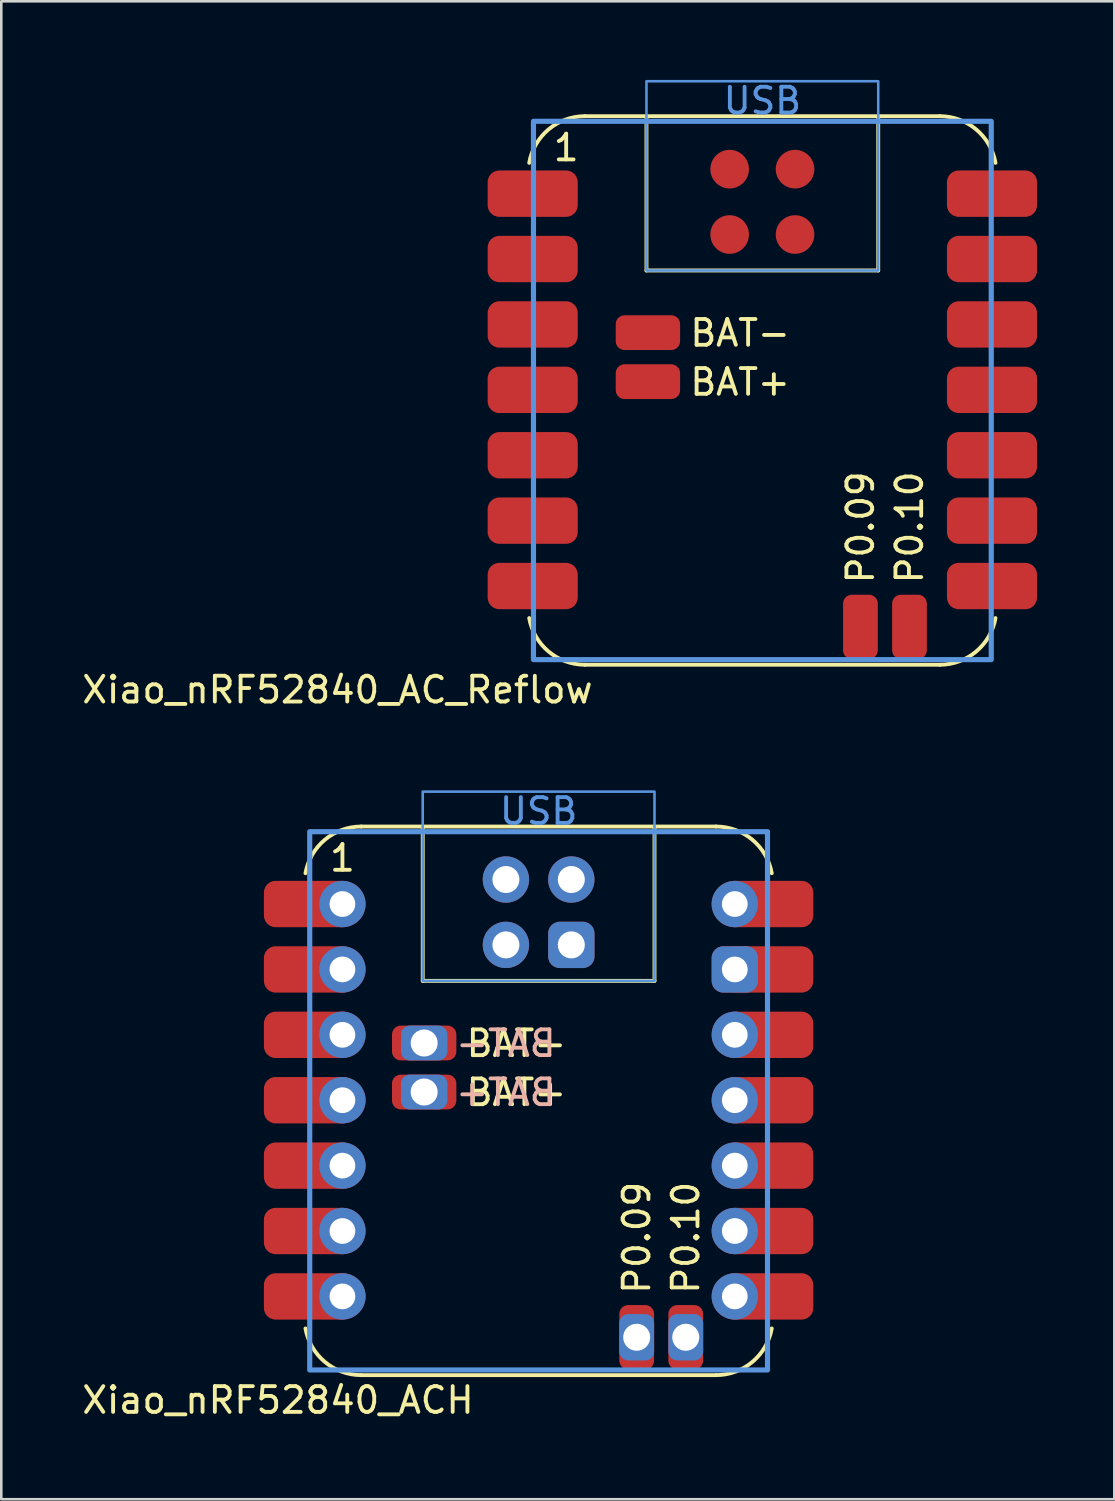
<source format=kicad_pcb>
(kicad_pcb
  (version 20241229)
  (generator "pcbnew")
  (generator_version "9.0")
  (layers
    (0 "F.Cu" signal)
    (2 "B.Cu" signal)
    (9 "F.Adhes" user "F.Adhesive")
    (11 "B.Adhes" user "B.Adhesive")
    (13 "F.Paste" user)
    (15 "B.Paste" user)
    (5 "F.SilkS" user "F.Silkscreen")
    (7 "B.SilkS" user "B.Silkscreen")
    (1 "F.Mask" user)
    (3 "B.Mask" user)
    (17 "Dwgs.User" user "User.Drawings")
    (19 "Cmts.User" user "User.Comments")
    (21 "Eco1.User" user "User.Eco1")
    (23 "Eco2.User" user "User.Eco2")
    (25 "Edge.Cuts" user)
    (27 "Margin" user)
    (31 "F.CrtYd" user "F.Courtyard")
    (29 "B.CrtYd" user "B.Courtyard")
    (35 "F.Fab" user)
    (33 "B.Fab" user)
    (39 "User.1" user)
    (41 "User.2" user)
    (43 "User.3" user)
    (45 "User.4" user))
  (footprint "Xiao_nRF52840_AC_Reflow"
    (layer "F.Cu")
    (at 26.56 18.442)
    (property "Reference" "Xiao_nRF52840_AC_Reflow" (at -6.5 5.3 0) (layer "F.SilkS") (effects (font (size 1 1) (thickness 0.15)) (justify right)))
    (attr smd exclude_from_pos_files exclude_from_bom)
    (fp_line (start -6.89 -16.98) (end 6.89 -16.98) (stroke (width 0.15) (type default)) (layer "F.SilkS"))
    (fp_line (start -4.501 -10.986) (end -4.501 -16.98) (stroke (width 0.15) (type default)) (layer "F.SilkS"))
    (fp_line (start 4.501 -10.986) (end -4.501 -10.986) (stroke (width 0.15) (type default)) (layer "F.SilkS"))
    (fp_line (start 4.501 -10.986) (end 4.501 -16.98) (stroke (width 0.15) (type default)) (layer "F.SilkS"))
    (fp_line (start 6.89 4.327) (end -6.89 4.327) (stroke (width 0.15) (type default)) (layer "F.SilkS"))
    (fp_arc (start -9.055742 -15.166738) (mid -8.302299 -16.466834) (end -6.890001 -16.98) (stroke (width 0.15) (type default)) (layer "F.SilkS"))
    (fp_arc (start -6.89 4.3275) (mid -8.302299 3.814335) (end -9.055742 2.514239) (stroke (width 0.15) (type default)) (layer "F.SilkS"))
    (fp_arc (start 6.889999 -16.98) (mid 8.302297 -16.466834) (end 9.05574 -15.166738) (stroke (width 0.15) (type default)) (layer "F.SilkS"))
    (fp_arc (start 9.05574 2.514238) (mid 8.302297 3.814334) (end 6.889999 4.3275) (stroke (width 0.15) (type default)) (layer "F.SilkS"))
    (fp_rect (start -8.89 -16.78) (end 8.89 4.128) (stroke (width 0.2) (type solid)) (fill no) (layer "Cmts.User"))
    (fp_rect (start -4.501 -18.336) (end 4.501 -10.986) (stroke (width 0.1) (type default)) (fill no) (layer "Cmts.User"))
    (fp_text user "P0.10" (at 5.715 1.258 90) (unlocked yes) (layer "F.SilkS") (effects (font (size 1 1) (thickness 0.15)) (justify left)))
    (fp_text user "P0.09" (at 3.81 1.258 90) (unlocked yes) (layer "F.SilkS") (effects (font (size 1 1) (thickness 0.15)) (justify left)))
    (fp_text user "BAT-" (at -2.89 -7.971 0) (unlocked yes) (layer "F.SilkS") (effects (font (size 1 1) (thickness 0.15)) (justify left bottom)))
    (fp_text user "1" (at -7.62 -15.17 0) (layer "F.SilkS") (effects (font (size 1 1) (thickness 0.15)) (justify bottom)))
    (fp_text user "BAT+" (at -2.89 -6.066 0) (unlocked yes) (layer "F.SilkS") (effects (font (size 1 1) (thickness 0.15)) (justify left bottom)))
    (fp_text user "USB" (at -0.000001 -16.992 0) (layer "Cmts.User") (effects (font (size 1 1) (thickness 0.15)) (justify bottom)))
    (pad "1" smd roundrect (at -8.92 -13.97) (size 3.5 1.8) (layers "F.Cu" "F.Mask" "F.Paste") (roundrect_rratio 0.25))
    (pad "2" smd roundrect (at -8.92 -11.43) (size 3.5 1.8) (layers "F.Cu" "F.Mask" "F.Paste") (roundrect_rratio 0.25))
    (pad "3" smd roundrect (at -8.92 -8.89) (size 3.5 1.8) (layers "F.Cu" "F.Mask" "F.Paste") (roundrect_rratio 0.25))
    (pad "4" smd roundrect (at -8.92 -6.35) (size 3.5 1.8) (layers "F.Cu" "F.Mask" "F.Paste") (roundrect_rratio 0.25))
    (pad "5" smd roundrect (at -8.92 -3.81) (size 3.5 1.8) (layers "F.Cu" "F.Mask" "F.Paste") (roundrect_rratio 0.25))
    (pad "6" smd roundrect (at -8.92 -1.27) (size 3.5 1.8) (layers "F.Cu" "F.Mask" "F.Paste") (roundrect_rratio 0.25))
    (pad "7" smd roundrect (at -8.92 1.27) (size 3.5 1.8) (layers "F.Cu" "F.Mask" "F.Paste") (roundrect_rratio 0.25))
    (pad "8" smd roundrect (at 8.92 -13.97 180) (size 3.5 1.8) (layers "F.Cu" "F.Mask" "F.Paste") (roundrect_rratio 0.25))
    (pad "9" smd roundrect (at 8.92 -11.43 180) (size 3.5 1.8) (layers "F.Cu" "F.Mask" "F.Paste") (roundrect_rratio 0.25))
    (pad "10" smd roundrect (at 8.92 -8.89 180) (size 3.5 1.8) (layers "F.Cu" "F.Mask" "F.Paste") (roundrect_rratio 0.25))
    (pad "11" smd roundrect (at 8.92 -6.35 180) (size 3.5 1.8) (layers "F.Cu" "F.Mask" "F.Paste") (roundrect_rratio 0.25))
    (pad "12" smd roundrect (at 8.92 -3.81 180) (size 3.5 1.8) (layers "F.Cu" "F.Mask" "F.Paste") (roundrect_rratio 0.25))
    (pad "13" smd roundrect (at 8.92 -1.27) (size 3.5 1.8) (layers "F.Cu" "F.Mask" "F.Paste") (roundrect_rratio 0.25))
    (pad "14" smd roundrect (at 8.92 1.27) (size 3.5 1.8) (layers "F.Cu" "F.Mask" "F.Paste") (roundrect_rratio 0.25))
    (pad "15" smd roundrect (at -4.445 -8.572) (size 2.5 1.35) (layers "F.Cu" "F.Mask" "F.Paste") (roundrect_rratio 0.25))
    (pad "16" smd roundrect (at -4.445 -6.668) (size 2.5 1.35) (layers "F.Cu" "F.Mask" "F.Paste") (roundrect_rratio 0.25))
    (pad "17" smd roundrect (at 3.81 2.857 90) (size 2.5 1.35) (layers "F.Cu" "F.Mask" "F.Paste") (roundrect_rratio 0.25))
    (pad "18" smd roundrect (at 5.715 2.857 90) (size 2.5 1.35) (layers "F.Cu" "F.Mask" "F.Paste") (roundrect_rratio 0.25))
    (pad "19" smd circle (at -1.27 -14.922 180) (size 1.5 1.5) (layers "F.Cu" "F.Mask" "F.Paste"))
    (pad "20" smd circle (at 1.27 -14.922 180) (size 1.5 1.5) (layers "F.Cu" "F.Mask" "F.Paste"))
    (pad "21" smd circle (at -1.27 -12.383 180) (size 1.5 1.5) (layers "F.Cu" "F.Mask" "F.Paste"))
    (pad "22" smd circle (at 1.27 -12.383 180) (size 1.5 1.5) (layers "F.Cu" "F.Mask" "F.Paste")))
  (footprint "Xiao_nRF52840_ACH"
    (layer "F.Cu")
    (at 17.87 46.033)
    (property "Reference" "Xiao_nRF52840_ACH" (at -2.429 5.3 0) (layer "F.SilkS") (effects (font (size 1 1) (thickness 0.15)) (justify right)))
    (attr through_hole exclude_from_pos_files exclude_from_bom)
    (fp_line (start -6.89 -16.98) (end 6.89 -16.98) (stroke (width 0.15) (type default)) (layer "F.SilkS"))
    (fp_line (start -4.501 -10.986) (end -4.501 -16.98) (stroke (width 0.15) (type default)) (layer "F.SilkS"))
    (fp_line (start 4.501 -10.986) (end -4.501 -10.986) (stroke (width 0.15) (type default)) (layer "F.SilkS"))
    (fp_line (start 4.501 -10.986) (end 4.501 -16.98) (stroke (width 0.15) (type default)) (layer "F.SilkS"))
    (fp_line (start 6.89 4.327) (end -6.89 4.327) (stroke (width 0.15) (type default)) (layer "F.SilkS"))
    (fp_arc (start -9.055742 -15.166738) (mid -8.302299 -16.466834) (end -6.890001 -16.98) (stroke (width 0.15) (type default)) (layer "F.SilkS"))
    (fp_arc (start -6.89 4.3275) (mid -8.302299 3.814335) (end -9.055742 2.514239) (stroke (width 0.15) (type default)) (layer "F.SilkS"))
    (fp_arc (start 6.889999 -16.98) (mid 8.302297 -16.466834) (end 9.05574 -15.166738) (stroke (width 0.15) (type default)) (layer "F.SilkS"))
    (fp_arc (start 9.05574 2.514238) (mid 8.302297 3.814334) (end 6.889999 4.3275) (stroke (width 0.15) (type default)) (layer "F.SilkS"))
    (fp_rect (start -8.89 -16.78) (end 8.89 4.128) (stroke (width 0.2) (type solid)) (fill no) (layer "Cmts.User"))
    (fp_rect (start -4.501 -18.336) (end 4.501 -10.986) (stroke (width 0.1) (type default)) (fill no) (layer "Cmts.User"))
    (fp_text user "1" (at -7.62 -15.17 0) (layer "F.SilkS") (effects (font (size 1 1) (thickness 0.15)) (justify bottom)))
    (fp_text user "BAT+" (at -2.89 -6.066 0) (unlocked yes) (layer "F.SilkS") (effects (font (size 1 1) (thickness 0.15)) (justify left bottom)))
    (fp_text user "P0.09" (at 3.81 1.258 90) (unlocked yes) (layer "F.SilkS") (effects (font (size 1 1) (thickness 0.15)) (justify left)))
    (fp_text user "BAT-" (at -2.89 -7.971 0) (unlocked yes) (layer "F.SilkS") (effects (font (size 1 1) (thickness 0.15)) (justify left bottom)))
    (fp_text user "P0.10" (at 5.715 1.258 90) (unlocked yes) (layer "F.SilkS") (effects (font (size 1 1) (thickness 0.15)) (justify left)))
    (fp_text user "BAT+" (at 0.755 -6.067 0) (unlocked yes) (layer "B.SilkS") (effects (font (size 1 1) (thickness 0.15)) (justify left bottom mirror)))
    (fp_text user "BAT-" (at 0.755 -7.973 0) (unlocked yes) (layer "B.SilkS") (effects (font (size 1 1) (thickness 0.15)) (justify left bottom mirror)))
    (fp_text user "USB" (at -0.000001 -16.992 0) (layer "Cmts.User") (effects (font (size 1 1) (thickness 0.15)) (justify bottom)))
    (pad "1" smd roundrect (at -8.92 -13.97) (size 3.5 1.8) (layers "F.Cu" "F.Mask") (roundrect_rratio 0.25))
    (pad "1" thru_hole circle (at -7.62 -13.97) (size 1.8 1.8) (drill 1) (layers "*.Cu" "*.Mask"))
    (pad "2" smd roundrect (at -8.92 -11.43) (size 3.5 1.8) (layers "F.Cu" "F.Mask") (roundrect_rratio 0.25))
    (pad "2" thru_hole circle (at -7.62 -11.43) (size 1.8 1.8) (drill 1) (layers "*.Cu" "*.Mask"))
    (pad "3" smd roundrect (at -8.92 -8.89) (size 3.5 1.8) (layers "F.Cu" "F.Mask") (roundrect_rratio 0.25))
    (pad "3" thru_hole circle (at -7.62 -8.89) (size 1.8 1.8) (drill 1) (layers "*.Cu" "*.Mask"))
    (pad "4" smd roundrect (at -8.92 -6.35) (size 3.5 1.8) (layers "F.Cu" "F.Mask") (roundrect_rratio 0.25))
    (pad "4" thru_hole circle (at -7.62 -6.35) (size 1.8 1.8) (drill 1) (layers "*.Cu" "*.Mask"))
    (pad "5" smd roundrect (at -8.92 -3.81) (size 3.5 1.8) (layers "F.Cu" "F.Mask") (roundrect_rratio 0.25))
    (pad "5" thru_hole circle (at -7.62 -3.81) (size 1.8 1.8) (drill 1) (layers "*.Cu" "*.Mask"))
    (pad "6" smd roundrect (at -8.92 -1.27) (size 3.5 1.8) (layers "F.Cu" "F.Mask") (roundrect_rratio 0.25))
    (pad "6" thru_hole circle (at -7.62 -1.27) (size 1.8 1.8) (drill 1) (layers "*.Cu" "*.Mask"))
    (pad "7" smd roundrect (at -8.92 1.27) (size 3.5 1.8) (layers "F.Cu" "F.Mask") (roundrect_rratio 0.25))
    (pad "7" thru_hole circle (at -7.62 1.27) (size 1.8 1.8) (drill 1) (layers "*.Cu" "*.Mask"))
    (pad "8" thru_hole circle (at 7.62 -13.97 180) (size 1.8 1.8) (drill 1) (layers "*.Cu" "*.Mask"))
    (pad "8" smd roundrect (at 8.92 -13.97 180) (size 3.5 1.8) (layers "F.Cu" "F.Mask") (roundrect_rratio 0.25))
    (pad "9" thru_hole roundrect (at 7.62 -11.43 180) (size 1.8 1.8) (drill 1) (layers "*.Cu" "*.Mask") (roundrect_rratio 0.25))
    (pad "9" smd roundrect (at 8.92 -11.43 180) (size 3.5 1.8) (layers "F.Cu" "F.Mask") (roundrect_rratio 0.25))
    (pad "10" thru_hole circle (at 7.62 -8.89 180) (size 1.8 1.8) (drill 1) (layers "*.Cu" "*.Mask"))
    (pad "10" smd roundrect (at 8.92 -8.89 180) (size 3.5 1.8) (layers "F.Cu" "F.Mask") (roundrect_rratio 0.25))
    (pad "11" thru_hole circle (at 7.62 -6.35 180) (size 1.8 1.8) (drill 1) (layers "*.Cu" "*.Mask"))
    (pad "11" smd roundrect (at 8.92 -6.35 180) (size 3.5 1.8) (layers "F.Cu" "F.Mask") (roundrect_rratio 0.25))
    (pad "12" thru_hole circle (at 7.62 -3.81 180) (size 1.8 1.8) (drill 1) (layers "*.Cu" "*.Mask"))
    (pad "12" smd roundrect (at 8.92 -3.81 180) (size 3.5 1.8) (layers "F.Cu" "F.Mask") (roundrect_rratio 0.25))
    (pad "13" thru_hole circle (at 7.62 -1.27) (size 1.8 1.8) (drill 1) (layers "*.Cu" "*.Mask"))
    (pad "13" smd roundrect (at 8.92 -1.27) (size 3.5 1.8) (layers "F.Cu" "F.Mask") (roundrect_rratio 0.25))
    (pad "14" thru_hole circle (at 7.62 1.27) (size 1.8 1.8) (drill 1) (layers "*.Cu" "*.Mask"))
    (pad "14" smd roundrect (at 8.92 1.27) (size 3.5 1.8) (layers "F.Cu" "F.Mask") (roundrect_rratio 0.25))
    (pad "15" thru_hole roundrect (at -4.445 -8.572) (size 1.8 1.35) (drill 1.05) (layers "*.Cu" "*.Mask") (roundrect_rratio 0.25))
    (pad "15" smd roundrect (at -4.445 -8.572) (size 2.5 1.35) (layers "F.Cu" "F.Mask") (roundrect_rratio 0.25))
    (pad "16" thru_hole roundrect (at -4.445 -6.668) (size 1.8 1.35) (drill 1.05) (layers "*.Cu" "*.Mask") (roundrect_rratio 0.25))
    (pad "16" smd roundrect (at -4.445 -6.668) (size 2.5 1.35) (layers "F.Cu" "F.Mask") (roundrect_rratio 0.25))
    (pad "17" thru_hole roundrect (at 3.81 2.857 90) (size 1.8 1.35) (drill 1.05) (layers "*.Cu" "*.Mask") (roundrect_rratio 0.25))
    (pad "17" smd roundrect (at 3.81 2.857 90) (size 2.5 1.35) (layers "F.Cu" "F.Mask") (roundrect_rratio 0.25))
    (pad "18" thru_hole roundrect (at 5.715 2.857 90) (size 1.8 1.35) (drill 1.05) (layers "*.Cu" "*.Mask") (roundrect_rratio 0.25))
    (pad "18" smd roundrect (at 5.715 2.857 90) (size 2.5 1.35) (layers "F.Cu" "F.Mask") (roundrect_rratio 0.25))
    (pad "19" thru_hole circle (at -1.27 -14.922 180) (size 1.8 1.8) (drill 1.05) (layers "*.Cu" "*.Mask"))
    (pad "20" thru_hole circle (at 1.27 -14.922 180) (size 1.8 1.8) (drill 1.05) (layers "*.Cu" "*.Mask"))
    (pad "21" thru_hole circle (at -1.27 -12.383 180) (size 1.8 1.8) (drill 1.05) (layers "*.Cu" "*.Mask"))
    (pad "22" thru_hole roundrect (at 1.27 -12.383 180) (size 1.8 1.8) (drill 1.05) (layers "*.Cu" "*.Mask") (roundrect_rratio 0.25)))
  (gr_rect
    (start -3 -3)
    (end 40.23 55.181)
    (stroke (width 0.1) (type default))
    (fill no)
    (layer "Edge.Cuts")))
</source>
